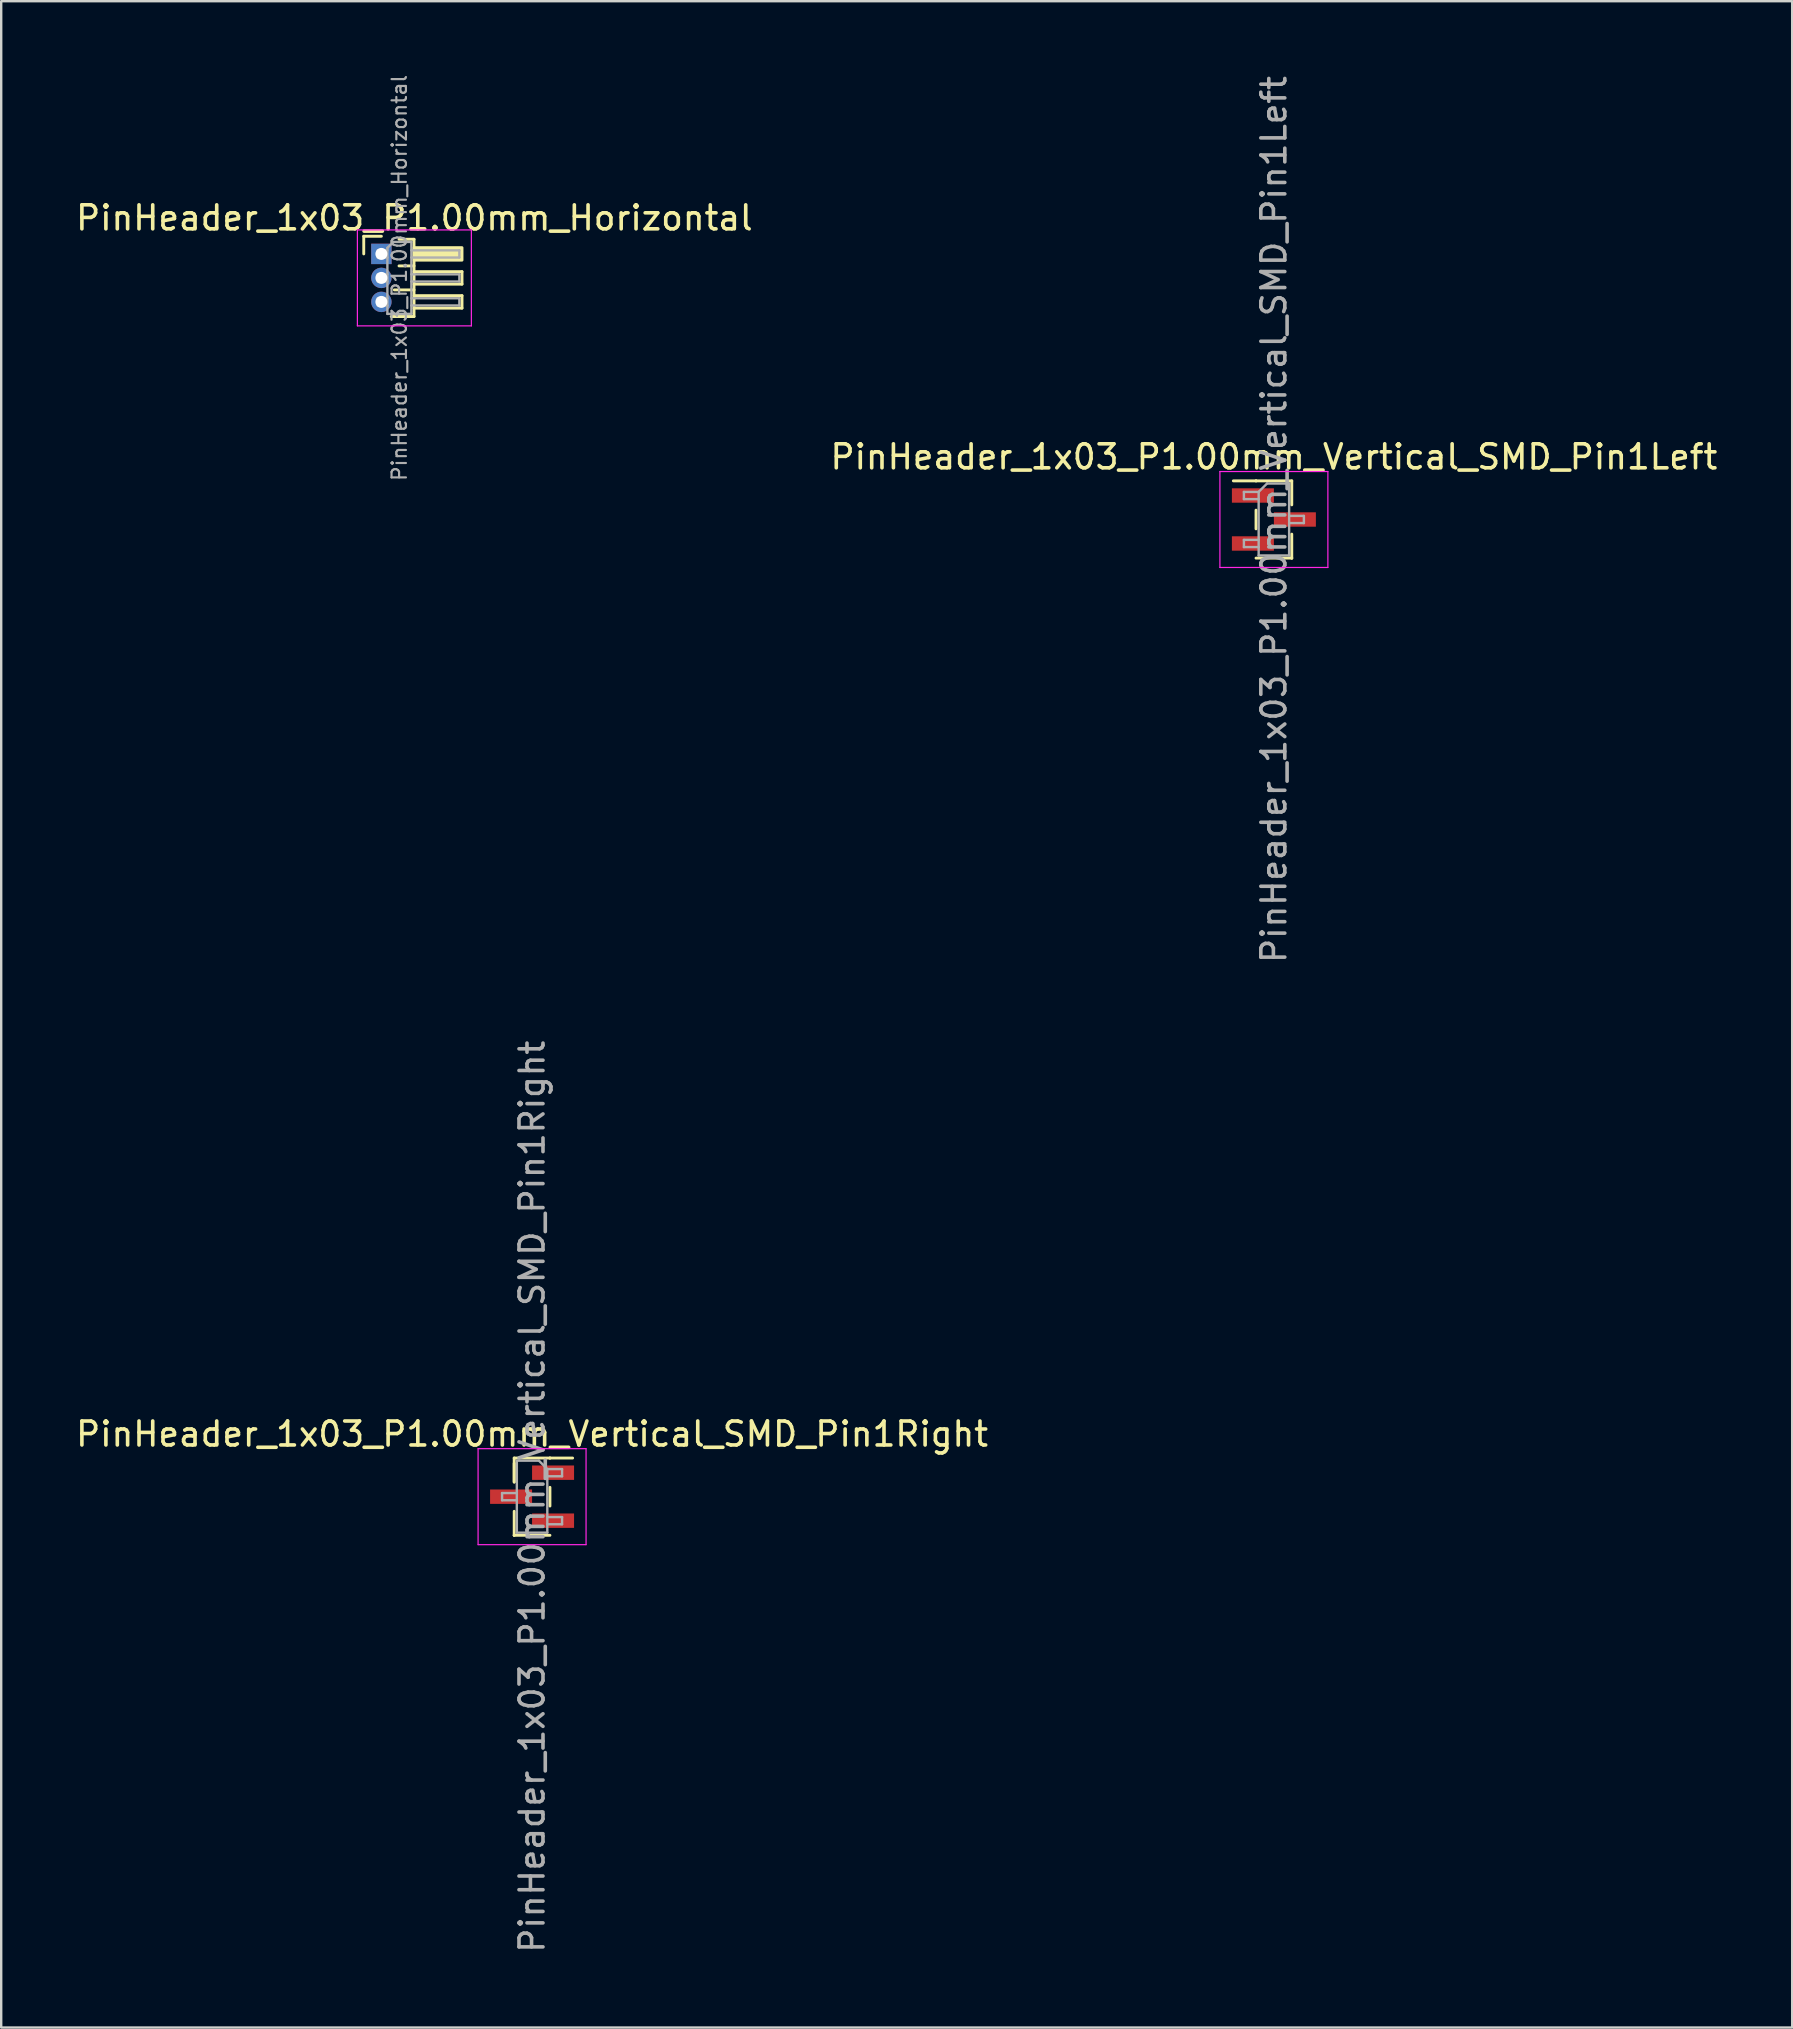
<source format=kicad_pcb>
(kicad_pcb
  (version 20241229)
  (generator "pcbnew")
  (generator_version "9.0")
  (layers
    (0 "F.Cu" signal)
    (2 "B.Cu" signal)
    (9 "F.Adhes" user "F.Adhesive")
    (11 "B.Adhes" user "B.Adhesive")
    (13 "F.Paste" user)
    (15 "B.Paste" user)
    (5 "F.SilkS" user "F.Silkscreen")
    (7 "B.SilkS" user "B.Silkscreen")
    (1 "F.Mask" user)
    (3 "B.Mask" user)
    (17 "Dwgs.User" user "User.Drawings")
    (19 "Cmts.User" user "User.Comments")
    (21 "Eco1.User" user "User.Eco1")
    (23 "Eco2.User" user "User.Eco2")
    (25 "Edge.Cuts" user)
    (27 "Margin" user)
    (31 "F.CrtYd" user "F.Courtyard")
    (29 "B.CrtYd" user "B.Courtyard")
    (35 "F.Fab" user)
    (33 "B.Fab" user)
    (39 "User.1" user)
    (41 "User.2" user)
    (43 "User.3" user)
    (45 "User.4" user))
  (footprint "PinHeader_1x03_P1.00mm_Vertical_SMD_Pin1Left"
    (layer "F.Cu")
    (at 50.042 18.601)
    (property "Reference" "PinHeader_1x03_P1.00mm_Vertical_SMD_Pin1Left" (at 0 -2.61 0) (layer "F.SilkS") (effects (font (size 1 1) (thickness 0.15))))
    (attr smd)
    (fp_line (start -0.745 -1.61) (end -1.69 -1.61) (stroke (width 0.12) (type solid)) (layer "F.SilkS"))
    (fp_line (start -0.745 -1.61) (end -0.745 -1.61) (stroke (width 0.12) (type solid)) (layer "F.SilkS"))
    (fp_line (start -0.745 -1.61) (end 0.745 -1.61) (stroke (width 0.12) (type solid)) (layer "F.SilkS"))
    (fp_line (start -0.745 -0.39) (end -0.745 0.39) (stroke (width 0.12) (type solid)) (layer "F.SilkS"))
    (fp_line (start -0.745 1.61) (end 0.745 1.61) (stroke (width 0.12) (type solid)) (layer "F.SilkS"))
    (fp_line (start 0.745 -1.61) (end 0.745 -0.61) (stroke (width 0.12) (type solid)) (layer "F.SilkS"))
    (fp_line (start 0.745 0.61) (end 0.745 1.61) (stroke (width 0.12) (type solid)) (layer "F.SilkS"))
    (fp_line (start 0.745 1.61) (end 0.745 1.61) (stroke (width 0.12) (type solid)) (layer "F.SilkS"))
    (fp_line (start -2.25 -2) (end -2.25 2) (stroke (width 0.05) (type solid)) (layer "F.CrtYd"))
    (fp_line (start -2.25 2) (end 2.25 2) (stroke (width 0.05) (type solid)) (layer "F.CrtYd"))
    (fp_line (start 2.25 -2) (end -2.25 -2) (stroke (width 0.05) (type solid)) (layer "F.CrtYd"))
    (fp_line (start 2.25 2) (end 2.25 -2) (stroke (width 0.05) (type solid)) (layer "F.CrtYd"))
    (fp_line (start -1.25 -1.15) (end -1.25 -0.85) (stroke (width 0.1) (type solid)) (layer "F.Fab"))
    (fp_line (start -1.25 -0.85) (end -0.635 -0.85) (stroke (width 0.1) (type solid)) (layer "F.Fab"))
    (fp_line (start -1.25 0.85) (end -1.25 1.15) (stroke (width 0.1) (type solid)) (layer "F.Fab"))
    (fp_line (start -1.25 1.15) (end -0.635 1.15) (stroke (width 0.1) (type solid)) (layer "F.Fab"))
    (fp_line (start -0.635 -1.15) (end -1.25 -1.15) (stroke (width 0.1) (type solid)) (layer "F.Fab"))
    (fp_line (start -0.635 -1.15) (end -0.285 -1.5) (stroke (width 0.1) (type solid)) (layer "F.Fab"))
    (fp_line (start -0.635 0.85) (end -1.25 0.85) (stroke (width 0.1) (type solid)) (layer "F.Fab"))
    (fp_line (start -0.635 1.5) (end -0.635 -1.15) (stroke (width 0.1) (type solid)) (layer "F.Fab"))
    (fp_line (start -0.285 -1.5) (end 0.635 -1.5) (stroke (width 0.1) (type solid)) (layer "F.Fab"))
    (fp_line (start 0.635 -1.5) (end 0.635 1.5) (stroke (width 0.1) (type solid)) (layer "F.Fab"))
    (fp_line (start 0.635 -0.15) (end 1.25 -0.15) (stroke (width 0.1) (type solid)) (layer "F.Fab"))
    (fp_line (start 0.635 1.5) (end -0.635 1.5) (stroke (width 0.1) (type solid)) (layer "F.Fab"))
    (fp_line (start 1.25 -0.15) (end 1.25 0.15) (stroke (width 0.1) (type solid)) (layer "F.Fab"))
    (fp_line (start 1.25 0.15) (end 0.635 0.15) (stroke (width 0.1) (type solid)) (layer "F.Fab"))
    (fp_text user "${REFERENCE}" (at 0 0 90) (layer "F.Fab") (effects (font (size 1 1) (thickness 0.15))))
    (pad "1" smd rect (at -0.875 -1) (size 1.75 0.6) (layers "F.Cu" "F.Mask" "F.Paste"))
    (pad "2" smd rect (at 0.875 0) (size 1.75 0.6) (layers "F.Cu" "F.Mask" "F.Paste"))
    (pad "3" smd rect (at -0.875 1) (size 1.75 0.6) (layers "F.Cu" "F.Mask" "F.Paste")))
  (footprint "PinHeader_1x03_P1.00mm_Vertical_SMD_Pin1Right"
    (layer "F.Cu")
    (at 19.125 59.327)
    (property "Reference" "PinHeader_1x03_P1.00mm_Vertical_SMD_Pin1Right" (at 0 -2.61 0) (layer "F.SilkS") (effects (font (size 1 1) (thickness 0.15))))
    (attr smd)
    (fp_line (start -0.745 -1.61) (end -0.745 -0.61) (stroke (width 0.12) (type solid)) (layer "F.SilkS"))
    (fp_line (start -0.745 -1.61) (end 0.745 -1.61) (stroke (width 0.12) (type solid)) (layer "F.SilkS"))
    (fp_line (start -0.745 -1.39) (end -0.745 -0.61) (stroke (width 0.12) (type solid)) (layer "F.SilkS"))
    (fp_line (start -0.745 0.61) (end -0.745 1.61) (stroke (width 0.12) (type solid)) (layer "F.SilkS"))
    (fp_line (start -0.745 1.61) (end -0.745 1.61) (stroke (width 0.12) (type solid)) (layer "F.SilkS"))
    (fp_line (start -0.745 1.61) (end 0.745 1.61) (stroke (width 0.12) (type solid)) (layer "F.SilkS"))
    (fp_line (start 0.745 -1.61) (end 0.745 -1.61) (stroke (width 0.12) (type solid)) (layer "F.SilkS"))
    (fp_line (start 0.745 -1.61) (end 1.69 -1.61) (stroke (width 0.12) (type solid)) (layer "F.SilkS"))
    (fp_line (start 0.745 -0.39) (end 0.745 0.39) (stroke (width 0.12) (type solid)) (layer "F.SilkS"))
    (fp_line (start -2.25 -2) (end -2.25 2) (stroke (width 0.05) (type solid)) (layer "F.CrtYd"))
    (fp_line (start -2.25 2) (end 2.25 2) (stroke (width 0.05) (type solid)) (layer "F.CrtYd"))
    (fp_line (start 2.25 -2) (end -2.25 -2) (stroke (width 0.05) (type solid)) (layer "F.CrtYd"))
    (fp_line (start 2.25 2) (end 2.25 -2) (stroke (width 0.05) (type solid)) (layer "F.CrtYd"))
    (fp_line (start -1.25 -0.15) (end -1.25 0.15) (stroke (width 0.1) (type solid)) (layer "F.Fab"))
    (fp_line (start -1.25 0.15) (end -0.635 0.15) (stroke (width 0.1) (type solid)) (layer "F.Fab"))
    (fp_line (start -0.635 -1.5) (end -0.635 1.5) (stroke (width 0.1) (type solid)) (layer "F.Fab"))
    (fp_line (start -0.635 -1.5) (end 0.285 -1.5) (stroke (width 0.1) (type solid)) (layer "F.Fab"))
    (fp_line (start -0.635 -0.15) (end -1.25 -0.15) (stroke (width 0.1) (type solid)) (layer "F.Fab"))
    (fp_line (start 0.635 -1.15) (end 0.285 -1.5) (stroke (width 0.1) (type solid)) (layer "F.Fab"))
    (fp_line (start 0.635 -1.15) (end 1.25 -1.15) (stroke (width 0.1) (type solid)) (layer "F.Fab"))
    (fp_line (start 0.635 0.85) (end 1.25 0.85) (stroke (width 0.1) (type solid)) (layer "F.Fab"))
    (fp_line (start 0.635 1.5) (end -0.635 1.5) (stroke (width 0.1) (type solid)) (layer "F.Fab"))
    (fp_line (start 0.635 1.5) (end 0.635 -1.15) (stroke (width 0.1) (type solid)) (layer "F.Fab"))
    (fp_line (start 1.25 -1.15) (end 1.25 -0.85) (stroke (width 0.1) (type solid)) (layer "F.Fab"))
    (fp_line (start 1.25 -0.85) (end 0.635 -0.85) (stroke (width 0.1) (type solid)) (layer "F.Fab"))
    (fp_line (start 1.25 0.85) (end 1.25 1.15) (stroke (width 0.1) (type solid)) (layer "F.Fab"))
    (fp_line (start 1.25 1.15) (end 0.635 1.15) (stroke (width 0.1) (type solid)) (layer "F.Fab"))
    (fp_text user "${REFERENCE}" (at 0 0 90) (layer "F.Fab") (effects (font (size 1 1) (thickness 0.15))))
    (pad "1" smd rect (at 0.875 -1) (size 1.75 0.6) (layers "F.Cu" "F.Mask" "F.Paste"))
    (pad "2" smd rect (at -0.875 0) (size 1.75 0.6) (layers "F.Cu" "F.Mask" "F.Paste"))
    (pad "3" smd rect (at 0.875 1) (size 1.75 0.6) (layers "F.Cu" "F.Mask" "F.Paste")))
  (footprint "PinHeader_1x03_P1.00mm_Horizontal"
    (layer "F.Cu")
    (at 12.845 7.532)
    (property "Reference" "PinHeader_1x03_P1.00mm_Horizontal" (at 1.375 -1.5 0) (layer "F.SilkS") (effects (font (size 1 1) (thickness 0.15))))
    (attr through_hole)
    (fp_line (start -0.735 -0.735) (end 0 -0.735) (stroke (width 0.12) (type solid)) (layer "F.SilkS"))
    (fp_line (start -0.735 0) (end -0.735 -0.735) (stroke (width 0.12) (type solid)) (layer "F.SilkS"))
    (fp_line (start 0.539 1.5) (end 1.36 1.5) (stroke (width 0.12) (type solid)) (layer "F.SilkS"))
    (fp_line (start 0.735 -0.61) (end 1.36 -0.61) (stroke (width 0.12) (type solid)) (layer "F.SilkS"))
    (fp_line (start 0.735 0.5) (end 1.36 0.5) (stroke (width 0.12) (type solid)) (layer "F.SilkS"))
    (fp_line (start 1.36 -0.61) (end 1.36 2.61) (stroke (width 0.12) (type solid)) (layer "F.SilkS"))
    (fp_line (start 1.36 0.74) (end 3.36 0.74) (stroke (width 0.12) (type solid)) (layer "F.SilkS"))
    (fp_line (start 1.36 1.74) (end 3.36 1.74) (stroke (width 0.12) (type solid)) (layer "F.SilkS"))
    (fp_line (start 1.36 2.61) (end 0.41 2.61) (stroke (width 0.12) (type solid)) (layer "F.SilkS"))
    (fp_line (start 3.36 0.74) (end 3.36 1.26) (stroke (width 0.12) (type solid)) (layer "F.SilkS"))
    (fp_line (start 3.36 1.26) (end 1.36 1.26) (stroke (width 0.12) (type solid)) (layer "F.SilkS"))
    (fp_line (start 3.36 1.74) (end 3.36 2.26) (stroke (width 0.12) (type solid)) (layer "F.SilkS"))
    (fp_line (start 3.36 2.26) (end 1.36 2.26) (stroke (width 0.12) (type solid)) (layer "F.SilkS"))
    (fp_rect (start 1.36 -0.26) (end 3.36 0.26) (stroke (width 0.12) (type solid)) (fill yes) (layer "F.SilkS"))
    (fp_line (start -1 -1) (end -1 3) (stroke (width 0.05) (type solid)) (layer "F.CrtYd"))
    (fp_line (start -1 3) (end 3.75 3) (stroke (width 0.05) (type solid)) (layer "F.CrtYd"))
    (fp_line (start 3.75 -1) (end -1 -1) (stroke (width 0.05) (type solid)) (layer "F.CrtYd"))
    (fp_line (start 3.75 3) (end 3.75 -1) (stroke (width 0.05) (type solid)) (layer "F.CrtYd"))
    (fp_line (start -0.15 -0.15) (end -0.15 0.15) (stroke (width 0.1) (type solid)) (layer "F.Fab"))
    (fp_line (start -0.15 -0.15) (end 0.25 -0.15) (stroke (width 0.1) (type solid)) (layer "F.Fab"))
    (fp_line (start -0.15 0.15) (end 0.25 0.15) (stroke (width 0.1) (type solid)) (layer "F.Fab"))
    (fp_line (start -0.15 0.85) (end -0.15 1.15) (stroke (width 0.1) (type solid)) (layer "F.Fab"))
    (fp_line (start -0.15 0.85) (end 0.25 0.85) (stroke (width 0.1) (type solid)) (layer "F.Fab"))
    (fp_line (start -0.15 1.15) (end 0.25 1.15) (stroke (width 0.1) (type solid)) (layer "F.Fab"))
    (fp_line (start -0.15 1.85) (end -0.15 2.15) (stroke (width 0.1) (type solid)) (layer "F.Fab"))
    (fp_line (start -0.15 1.85) (end 0.25 1.85) (stroke (width 0.1) (type solid)) (layer "F.Fab"))
    (fp_line (start -0.15 2.15) (end 0.25 2.15) (stroke (width 0.1) (type solid)) (layer "F.Fab"))
    (fp_line (start 0.25 -0.25) (end 0.5 -0.5) (stroke (width 0.1) (type solid)) (layer "F.Fab"))
    (fp_line (start 0.25 2.5) (end 0.25 -0.25) (stroke (width 0.1) (type solid)) (layer "F.Fab"))
    (fp_line (start 0.5 -0.5) (end 1.25 -0.5) (stroke (width 0.1) (type solid)) (layer "F.Fab"))
    (fp_line (start 1.25 -0.5) (end 1.25 2.5) (stroke (width 0.1) (type solid)) (layer "F.Fab"))
    (fp_line (start 1.25 -0.15) (end 3.25 -0.15) (stroke (width 0.1) (type solid)) (layer "F.Fab"))
    (fp_line (start 1.25 0.15) (end 3.25 0.15) (stroke (width 0.1) (type solid)) (layer "F.Fab"))
    (fp_line (start 1.25 0.85) (end 3.25 0.85) (stroke (width 0.1) (type solid)) (layer "F.Fab"))
    (fp_line (start 1.25 1.15) (end 3.25 1.15) (stroke (width 0.1) (type solid)) (layer "F.Fab"))
    (fp_line (start 1.25 1.85) (end 3.25 1.85) (stroke (width 0.1) (type solid)) (layer "F.Fab"))
    (fp_line (start 1.25 2.15) (end 3.25 2.15) (stroke (width 0.1) (type solid)) (layer "F.Fab"))
    (fp_line (start 1.25 2.5) (end 0.25 2.5) (stroke (width 0.1) (type solid)) (layer "F.Fab"))
    (fp_line (start 3.25 -0.15) (end 3.25 0.15) (stroke (width 0.1) (type solid)) (layer "F.Fab"))
    (fp_line (start 3.25 0.85) (end 3.25 1.15) (stroke (width 0.1) (type solid)) (layer "F.Fab"))
    (fp_line (start 3.25 1.85) (end 3.25 2.15) (stroke (width 0.1) (type solid)) (layer "F.Fab"))
    (fp_text user "${REFERENCE}" (at 0.75 1 90) (layer "F.Fab") (effects (font (size 0.6 0.6) (thickness 0.09))))
    (pad "1" thru_hole rect (at 0 0) (size 0.85 0.85) (drill 0.5) (layers "*.Cu" "*.Mask"))
    (pad "2" thru_hole circle (at 0 1) (size 0.85 0.85) (drill 0.5) (layers "*.Cu" "*.Mask"))
    (pad "3" thru_hole circle (at 0 2) (size 0.85 0.85) (drill 0.5) (layers "*.Cu" "*.Mask")))
  (gr_rect
    (start -3 -3)
    (end 71.643 81.452)
    (stroke (width 0.1) (type default))
    (fill no)
    (layer "Edge.Cuts")))
</source>
